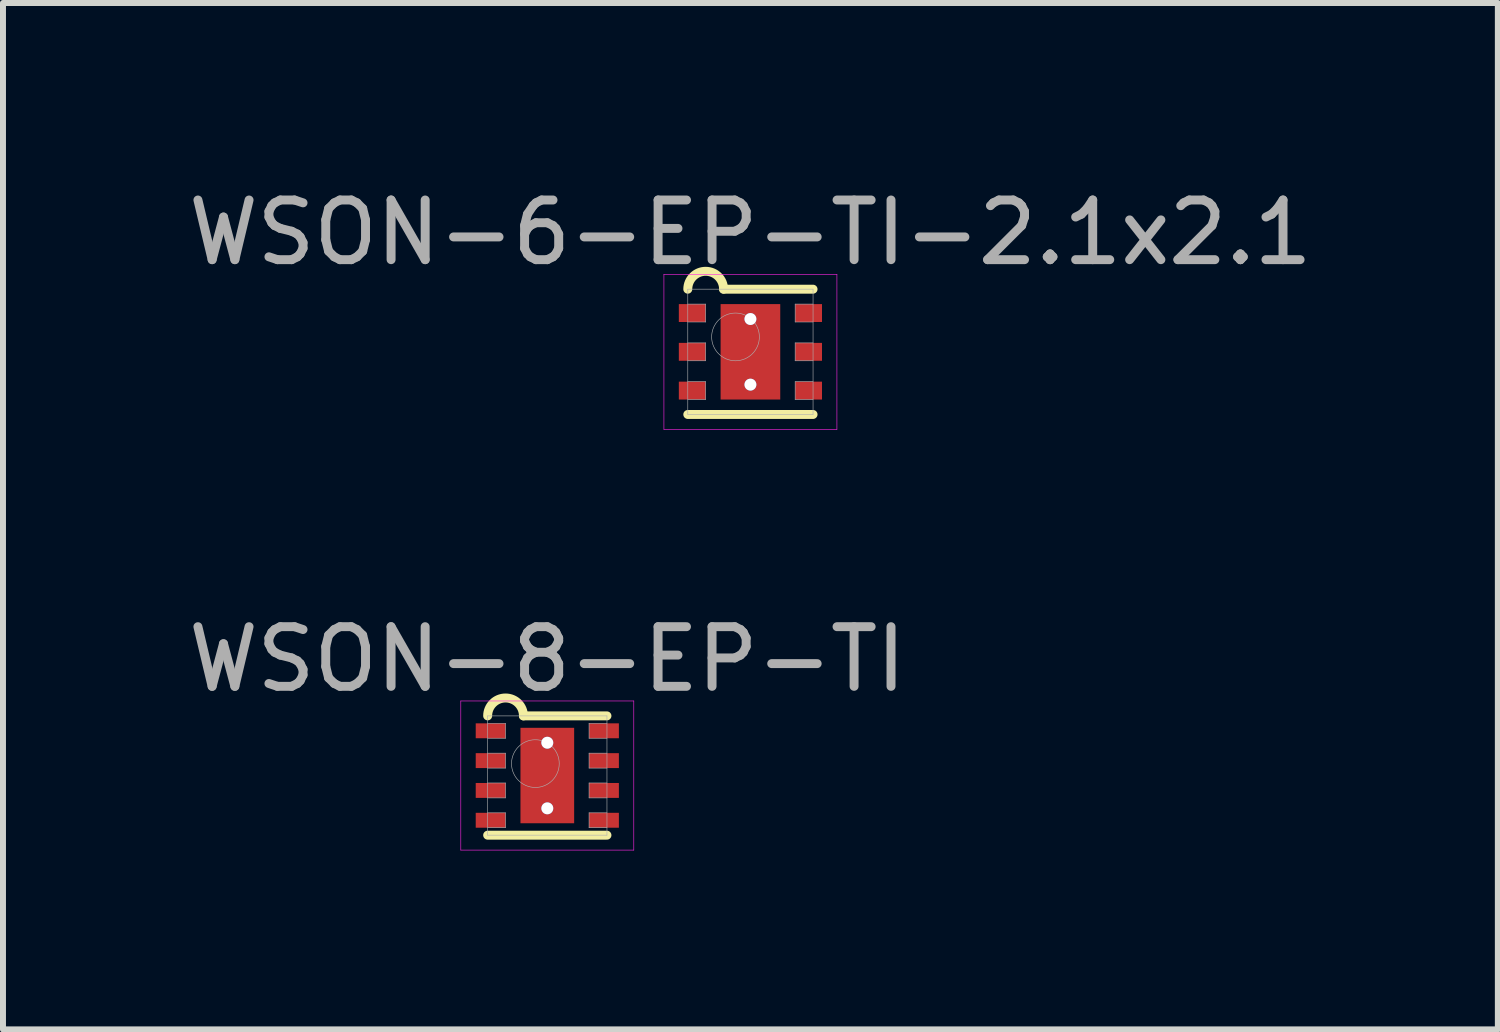
<source format=kicad_pcb>
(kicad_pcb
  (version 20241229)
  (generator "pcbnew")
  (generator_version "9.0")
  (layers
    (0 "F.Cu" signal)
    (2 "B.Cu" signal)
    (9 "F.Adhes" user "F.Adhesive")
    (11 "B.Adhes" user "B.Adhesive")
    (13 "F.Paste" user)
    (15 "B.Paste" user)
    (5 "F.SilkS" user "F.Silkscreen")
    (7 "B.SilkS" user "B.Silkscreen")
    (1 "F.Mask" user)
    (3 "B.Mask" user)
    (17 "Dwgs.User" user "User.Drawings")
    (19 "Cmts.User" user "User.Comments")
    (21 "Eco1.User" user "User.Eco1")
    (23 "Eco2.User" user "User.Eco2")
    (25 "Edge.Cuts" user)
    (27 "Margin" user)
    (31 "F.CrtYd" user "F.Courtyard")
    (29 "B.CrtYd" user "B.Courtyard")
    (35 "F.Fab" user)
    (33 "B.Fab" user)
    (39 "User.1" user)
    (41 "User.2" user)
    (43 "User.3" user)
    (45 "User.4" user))
  (footprint "WSON-8-EP-TI"
    (layer "F.Cu")
    (at 6.125 9.951)
    (property "Reference" "WSON-8-EP-TI" (at 0 -1.95 0) (layer "F.Fab") (effects (font (size 1 1) (thickness 0.15))))
    (attr through_hole)
    (fp_line (start -1 1) (end 1 1) (stroke (width 0.15) (type solid)) (layer "F.SilkS"))
    (fp_line (start -0.4 -1) (end 1 -1) (stroke (width 0.15) (type solid)) (layer "F.SilkS"))
    (fp_arc (start -1 -1) (mid -0.7 -1.3) (end -0.4 -1) (stroke (width 0.15) (type solid)) (layer "F.SilkS"))
    (fp_line (start -1.45 -1.25) (end 1.45 -1.25) (stroke (width 0.01) (type solid)) (layer "F.CrtYd"))
    (fp_line (start -1.45 1.25) (end -1.45 -1.25) (stroke (width 0.01) (type solid)) (layer "F.CrtYd"))
    (fp_line (start 1.45 -1.25) (end 1.45 1.25) (stroke (width 0.01) (type solid)) (layer "F.CrtYd"))
    (fp_line (start 1.45 1.25) (end -1.45 1.25) (stroke (width 0.01) (type solid)) (layer "F.CrtYd"))
    (fp_line (start -1 -1) (end 1 -1) (stroke (width 0.01) (type solid)) (layer "F.Fab"))
    (fp_line (start -1 -0.625) (end -0.7 -0.625) (stroke (width 0.01) (type solid)) (layer "F.Fab"))
    (fp_line (start -1 -0.125) (end -0.7 -0.125) (stroke (width 0.01) (type solid)) (layer "F.Fab"))
    (fp_line (start -1 0.375) (end -0.7 0.375) (stroke (width 0.01) (type solid)) (layer "F.Fab"))
    (fp_line (start -1 0.875) (end -0.7 0.875) (stroke (width 0.01) (type solid)) (layer "F.Fab"))
    (fp_line (start -1 1) (end -1 -1) (stroke (width 0.01) (type solid)) (layer "F.Fab"))
    (fp_line (start -0.7 -0.875) (end -1 -0.875) (stroke (width 0.01) (type solid)) (layer "F.Fab"))
    (fp_line (start -0.7 -0.625) (end -0.7 -0.875) (stroke (width 0.01) (type solid)) (layer "F.Fab"))
    (fp_line (start -0.7 -0.375) (end -1 -0.375) (stroke (width 0.01) (type solid)) (layer "F.Fab"))
    (fp_line (start -0.7 -0.125) (end -0.7 -0.375) (stroke (width 0.01) (type solid)) (layer "F.Fab"))
    (fp_line (start -0.7 0.125) (end -1 0.125) (stroke (width 0.01) (type solid)) (layer "F.Fab"))
    (fp_line (start -0.7 0.375) (end -0.7 0.125) (stroke (width 0.01) (type solid)) (layer "F.Fab"))
    (fp_line (start -0.7 0.625) (end -1 0.625) (stroke (width 0.01) (type solid)) (layer "F.Fab"))
    (fp_line (start -0.7 0.875) (end -0.7 0.625) (stroke (width 0.01) (type solid)) (layer "F.Fab"))
    (fp_line (start 0.7 -0.875) (end 0.7 -0.625) (stroke (width 0.01) (type solid)) (layer "F.Fab"))
    (fp_line (start 0.7 -0.625) (end 1 -0.625) (stroke (width 0.01) (type solid)) (layer "F.Fab"))
    (fp_line (start 0.7 -0.375) (end 0.7 -0.125) (stroke (width 0.01) (type solid)) (layer "F.Fab"))
    (fp_line (start 0.7 -0.125) (end 1 -0.125) (stroke (width 0.01) (type solid)) (layer "F.Fab"))
    (fp_line (start 0.7 0.125) (end 0.7 0.375) (stroke (width 0.01) (type solid)) (layer "F.Fab"))
    (fp_line (start 0.7 0.375) (end 1 0.375) (stroke (width 0.01) (type solid)) (layer "F.Fab"))
    (fp_line (start 0.7 0.625) (end 0.7 0.875) (stroke (width 0.01) (type solid)) (layer "F.Fab"))
    (fp_line (start 0.7 0.875) (end 1 0.875) (stroke (width 0.01) (type solid)) (layer "F.Fab"))
    (fp_line (start 1 -1) (end 1 1) (stroke (width 0.01) (type solid)) (layer "F.Fab"))
    (fp_line (start 1 -0.875) (end 0.7 -0.875) (stroke (width 0.01) (type solid)) (layer "F.Fab"))
    (fp_line (start 1 -0.375) (end 0.7 -0.375) (stroke (width 0.01) (type solid)) (layer "F.Fab"))
    (fp_line (start 1 0.125) (end 0.7 0.125) (stroke (width 0.01) (type solid)) (layer "F.Fab"))
    (fp_line (start 1 0.625) (end 0.7 0.625) (stroke (width 0.01) (type solid)) (layer "F.Fab"))
    (fp_line (start 1 1) (end -1 1) (stroke (width 0.01) (type solid)) (layer "F.Fab"))
    (fp_circle (center -0.2 -0.2) (end -0.2 0.2) (stroke (width 0.01) (type solid)) (fill no) (layer "F.Fab"))
    (pad "" smd rect (at 0 0) (size 0.9 1.6) (layers "F.Paste"))
    (pad "1" smd rect (at -0.95 -0.75) (size 0.5 0.25) (layers "F.Cu" "F.Mask" "F.Paste"))
    (pad "2" smd rect (at -0.95 -0.25) (size 0.5 0.25) (layers "F.Cu" "F.Mask" "F.Paste"))
    (pad "3" smd rect (at -0.95 0.25) (size 0.5 0.25) (layers "F.Cu" "F.Mask" "F.Paste"))
    (pad "4" smd rect (at -0.95 0.75) (size 0.5 0.25) (layers "F.Cu" "F.Mask" "F.Paste"))
    (pad "5" smd rect (at 0.95 0.75) (size 0.5 0.25) (layers "F.Cu" "F.Mask" "F.Paste"))
    (pad "6" smd rect (at 0.95 0.25) (size 0.5 0.25) (layers "F.Cu" "F.Mask" "F.Paste"))
    (pad "7" smd rect (at 0.95 -0.25) (size 0.5 0.25) (layers "F.Cu" "F.Mask" "F.Paste"))
    (pad "8" smd rect (at 0.95 -0.75) (size 0.5 0.25) (layers "F.Cu" "F.Mask" "F.Paste"))
    (pad "EP" thru_hole circle (at 0 -0.55) (size 0.2 0.2) (drill 0.2) (layers "*.Cu"))
    (pad "EP" smd rect (at 0 0) (size 0.9 1.6) (layers "F.Cu" "F.Mask"))
    (pad "EP" thru_hole circle (at 0 0.55) (size 0.2 0.2) (drill 0.2) (layers "*.Cu")))
  (footprint "WSON-6-EP-TI-2.1x2.1"
    (layer "F.Cu")
    (at 9.53 2.848)
    (property "Reference" "WSON-6-EP-TI-2.1x2.1" (at 0 -2 0) (layer "F.Fab") (effects (font (size 1 1) (thickness 0.15))))
    (attr through_hole)
    (fp_line (start -1.05 1.05) (end 1.05 1.05) (stroke (width 0.15) (type solid)) (layer "F.SilkS"))
    (fp_line (start -0.45 -1.05) (end 1.05 -1.05) (stroke (width 0.15) (type solid)) (layer "F.SilkS"))
    (fp_arc (start -1.05 -1.05) (mid -0.75 -1.35) (end -0.45 -1.05) (stroke (width 0.15) (type solid)) (layer "F.SilkS"))
    (fp_line (start -1.45 -1.3) (end 1.45 -1.3) (stroke (width 0.01) (type solid)) (layer "F.CrtYd"))
    (fp_line (start -1.45 1.3) (end -1.45 -1.3) (stroke (width 0.01) (type solid)) (layer "F.CrtYd"))
    (fp_line (start 1.45 -1.3) (end 1.45 1.3) (stroke (width 0.01) (type solid)) (layer "F.CrtYd"))
    (fp_line (start 1.45 1.3) (end -1.45 1.3) (stroke (width 0.01) (type solid)) (layer "F.CrtYd"))
    (fp_line (start -1.05 -1.05) (end 1.05 -1.05) (stroke (width 0.01) (type solid)) (layer "F.Fab"))
    (fp_line (start -1.05 -0.5) (end -0.75 -0.5) (stroke (width 0.01) (type solid)) (layer "F.Fab"))
    (fp_line (start -1.05 0.15) (end -0.75 0.15) (stroke (width 0.01) (type solid)) (layer "F.Fab"))
    (fp_line (start -1.05 0.8) (end -0.75 0.8) (stroke (width 0.01) (type solid)) (layer "F.Fab"))
    (fp_line (start -1.05 1.05) (end -1.05 -1.05) (stroke (width 0.01) (type solid)) (layer "F.Fab"))
    (fp_line (start -0.75 -0.8) (end -1.05 -0.8) (stroke (width 0.01) (type solid)) (layer "F.Fab"))
    (fp_line (start -0.75 -0.5) (end -0.75 -0.8) (stroke (width 0.01) (type solid)) (layer "F.Fab"))
    (fp_line (start -0.75 -0.15) (end -1.05 -0.15) (stroke (width 0.01) (type solid)) (layer "F.Fab"))
    (fp_line (start -0.75 0.15) (end -0.75 -0.15) (stroke (width 0.01) (type solid)) (layer "F.Fab"))
    (fp_line (start -0.75 0.5) (end -1.05 0.5) (stroke (width 0.01) (type solid)) (layer "F.Fab"))
    (fp_line (start -0.75 0.8) (end -0.75 0.5) (stroke (width 0.01) (type solid)) (layer "F.Fab"))
    (fp_line (start 0.75 -0.8) (end 0.75 -0.5) (stroke (width 0.01) (type solid)) (layer "F.Fab"))
    (fp_line (start 0.75 -0.5) (end 1.05 -0.5) (stroke (width 0.01) (type solid)) (layer "F.Fab"))
    (fp_line (start 0.75 -0.15) (end 0.75 0.15) (stroke (width 0.01) (type solid)) (layer "F.Fab"))
    (fp_line (start 0.75 0.15) (end 1.05 0.15) (stroke (width 0.01) (type solid)) (layer "F.Fab"))
    (fp_line (start 0.75 0.5) (end 0.75 0.8) (stroke (width 0.01) (type solid)) (layer "F.Fab"))
    (fp_line (start 0.75 0.8) (end 1.05 0.8) (stroke (width 0.01) (type solid)) (layer "F.Fab"))
    (fp_line (start 1.05 -1.05) (end 1.05 1.05) (stroke (width 0.01) (type solid)) (layer "F.Fab"))
    (fp_line (start 1.05 -0.8) (end 0.75 -0.8) (stroke (width 0.01) (type solid)) (layer "F.Fab"))
    (fp_line (start 1.05 -0.15) (end 0.75 -0.15) (stroke (width 0.01) (type solid)) (layer "F.Fab"))
    (fp_line (start 1.05 0.5) (end 0.75 0.5) (stroke (width 0.01) (type solid)) (layer "F.Fab"))
    (fp_line (start 1.05 1.05) (end -1.05 1.05) (stroke (width 0.01) (type solid)) (layer "F.Fab"))
    (fp_circle (center -0.25 -0.25) (end -0.25 0.15) (stroke (width 0.01) (type solid)) (fill no) (layer "F.Fab"))
    (pad "" smd rect (at 0 -0.45) (size 1 0.7) (layers "F.Paste"))
    (pad "" smd rect (at 0 0.45) (size 1 0.7) (layers "F.Paste"))
    (pad "1" smd rect (at -0.975 -0.65) (size 0.45 0.3) (layers "F.Cu" "F.Mask" "F.Paste"))
    (pad "2" smd rect (at -0.975 0) (size 0.45 0.3) (layers "F.Cu" "F.Mask" "F.Paste"))
    (pad "3" smd rect (at -0.975 0.65) (size 0.45 0.3) (layers "F.Cu" "F.Mask" "F.Paste"))
    (pad "4" smd rect (at 0.975 0.65) (size 0.45 0.3) (layers "F.Cu" "F.Mask" "F.Paste"))
    (pad "5" smd rect (at 0.975 0) (size 0.45 0.3) (layers "F.Cu" "F.Mask" "F.Paste"))
    (pad "6" smd rect (at 0.975 -0.65) (size 0.45 0.3) (layers "F.Cu" "F.Mask" "F.Paste"))
    (pad "EP" thru_hole circle (at 0 -0.55) (size 0.2 0.2) (drill 0.2) (layers "*.Cu"))
    (pad "EP" smd rect (at 0 0) (size 1 1.6) (layers "F.Cu" "F.Mask"))
    (pad "EP" thru_hole circle (at 0 0.55) (size 0.2 0.2) (drill 0.2) (layers "*.Cu")))
  (gr_rect
    (start -3 -3)
    (end 22.06 14.207)
    (stroke (width 0.1) (type default))
    (fill no)
    (layer "Edge.Cuts")))
</source>
